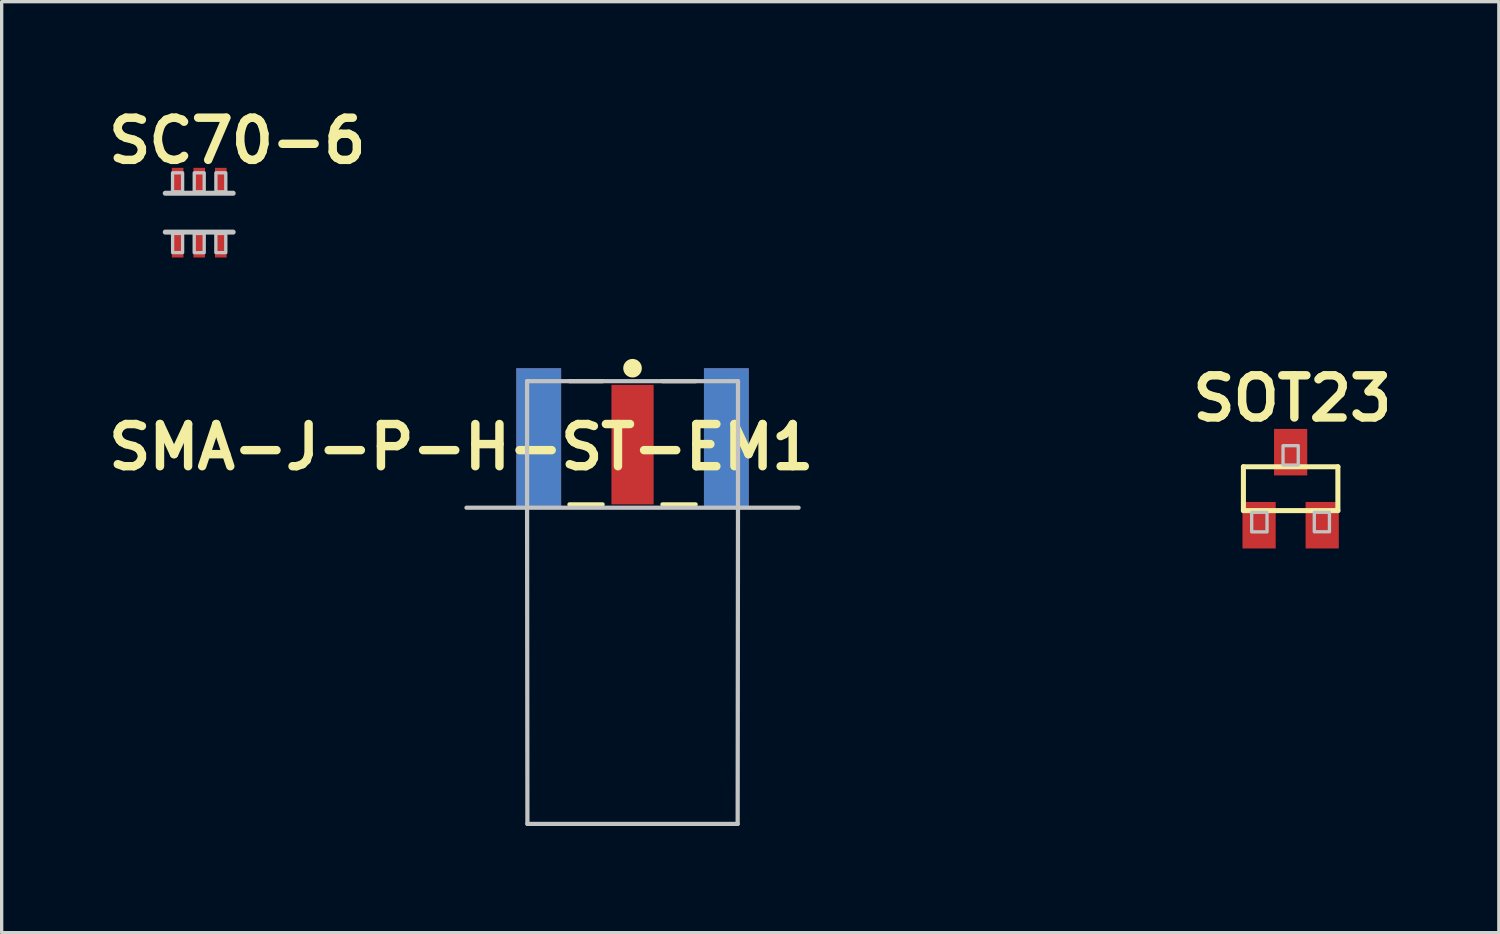
<source format=kicad_pcb>
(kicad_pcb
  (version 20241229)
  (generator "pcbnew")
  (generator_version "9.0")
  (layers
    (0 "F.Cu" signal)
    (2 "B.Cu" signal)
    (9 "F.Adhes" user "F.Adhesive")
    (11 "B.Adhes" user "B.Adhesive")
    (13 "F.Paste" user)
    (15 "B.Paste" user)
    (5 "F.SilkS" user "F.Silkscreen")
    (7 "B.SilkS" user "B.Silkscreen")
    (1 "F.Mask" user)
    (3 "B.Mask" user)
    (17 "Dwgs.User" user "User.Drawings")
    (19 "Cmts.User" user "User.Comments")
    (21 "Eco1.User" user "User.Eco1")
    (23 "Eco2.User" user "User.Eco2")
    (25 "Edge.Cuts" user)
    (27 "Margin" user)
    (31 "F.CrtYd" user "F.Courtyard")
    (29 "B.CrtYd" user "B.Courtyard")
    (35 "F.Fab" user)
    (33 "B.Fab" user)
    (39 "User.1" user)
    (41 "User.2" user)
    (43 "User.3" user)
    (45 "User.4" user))
  (footprint "SMA-J-P-H-ST-EM1"
    (layer "F.Cu")
    (at 15.994 10.336)
    (property "Reference" "SMA-J-P-H-ST-EM1" (at -5.156 0.076 0) (layer "F.SilkS") (effects (font (size 1.27 1.27) (thickness 0.254))))
    (attr smd)
    (fp_line (start -1.9 -1.91) (end -0.9 -1.91) (stroke (width 0.127) (type solid)) (layer "F.SilkS"))
    (fp_line (start -1.9 1.8) (end -0.9 1.8) (stroke (width 0.127) (type solid)) (layer "F.SilkS"))
    (fp_line (start 0.9 -1.91) (end 1.9 -1.91) (stroke (width 0.127) (type solid)) (layer "F.SilkS"))
    (fp_line (start 0.9 1.8) (end 1.9 1.8) (stroke (width 0.127) (type solid)) (layer "F.SilkS"))
    (fp_circle (center 0 -2.3) (end 0.14 -2.3) (stroke (width 0.28) (type solid)) (fill no) (layer "F.SilkS"))
    (fp_line (start -5 1.9) (end -3.175 1.9) (stroke (width 0.127) (type solid)) (layer "Dwgs.User"))
    (fp_line (start -3.175 -1.91) (end 3.175 -1.91) (stroke (width 0.127) (type solid)) (layer "Dwgs.User"))
    (fp_line (start -3.175 1.9) (end -3.175 -1.91) (stroke (width 0.127) (type solid)) (layer "Dwgs.User"))
    (fp_line (start -3.175 1.9) (end 3.175 1.9) (stroke (width 0.127) (type solid)) (layer "Dwgs.User"))
    (fp_line (start -3.165 11.42) (end -3.175 1.9) (stroke (width 0.127) (type solid)) (layer "Dwgs.User"))
    (fp_line (start 3.165 11.42) (end -3.165 11.42) (stroke (width 0.127) (type solid)) (layer "Dwgs.User"))
    (fp_line (start 3.175 -1.91) (end 3.175 1.9) (stroke (width 0.127) (type solid)) (layer "Dwgs.User"))
    (fp_line (start 3.175 1.9) (end 3.165 11.42) (stroke (width 0.127) (type solid)) (layer "Dwgs.User"))
    (fp_line (start 3.175 1.9) (end 5 1.9) (stroke (width 0.127) (type solid)) (layer "Dwgs.User"))
    (fp_line (start -3.75 -2.55) (end 3.75 -2.55) (stroke (width 0.05) (type solid)) (layer "Eco1.User"))
    (fp_line (start -3.75 2.15) (end -3.75 -2.55) (stroke (width 0.05) (type solid)) (layer "Eco1.User"))
    (fp_line (start -3.425 2.15) (end -3.75 2.15) (stroke (width 0.05) (type solid)) (layer "Eco1.User"))
    (fp_line (start -3.425 11.67) (end -3.425 2.15) (stroke (width 0.05) (type solid)) (layer "Eco1.User"))
    (fp_line (start 3.425 2.15) (end 3.425 11.67) (stroke (width 0.05) (type solid)) (layer "Eco1.User"))
    (fp_line (start 3.425 11.67) (end -3.425 11.67) (stroke (width 0.05) (type solid)) (layer "Eco1.User"))
    (fp_line (start 3.75 -2.55) (end 3.75 2.15) (stroke (width 0.05) (type solid)) (layer "Eco1.User"))
    (fp_line (start 3.75 2.15) (end 3.425 2.15) (stroke (width 0.05) (type solid)) (layer "Eco1.User"))
    (fp_text user "PCB~{EDGE}" (at 4.31 1.704 0) (layer "Edge.Cuts") (effects (font (size 1 1) (thickness 0.05))))
    (fp_text user "BOARD~{THICKNESS:}1.57~{MM}" (at 4.102 -1.401 0) (layer "Edge.Cuts") (effects (font (size 1 1) (thickness 0.05))))
    (pad "1" smd rect (at 0 0) (size 1.27 3.6) (layers "F.Cu" "F.Mask" "F.Paste"))
    (pad "2_1" smd rect (at -2.825 -0.2) (size 1.35 4.2) (layers "F.Cu" "F.Mask" "F.Paste"))
    (pad "2_2" smd rect (at -2.825 -0.2) (size 1.35 4.2) (layers "F.Mask" "B.Cu" "F.Paste"))
    (pad "3_1" smd rect (at 2.825 -0.2) (size 1.35 4.2) (layers "F.Cu" "F.Mask" "F.Paste"))
    (pad "3_2" smd rect (at 2.825 -0.2) (size 1.35 4.2) (layers "F.Mask" "B.Cu" "F.Paste")))
  (footprint "SC70-6"
    (layer "F.Cu")
    (at 2.948 3.353)
    (property "Reference" "SC70-6" (at 1.146 -2.164 0) (layer "F.SilkS") (effects (font (size 1.27 1.27) (thickness 0.254))))
    (attr smd)
    (fp_poly (pts (xy -0.876 0.5) (xy -0.425 0.5) (xy -0.425 1.402) (xy -0.876 1.402)) (stroke (width 0) (type solid)) (fill yes) (layer "F.Mask"))
    (fp_poly (pts (xy -0.425 -0.502) (xy -0.878 -0.502) (xy -0.878 -1.4) (xy -0.425 -1.4)) (stroke (width 0) (type solid)) (fill yes) (layer "F.Mask"))
    (fp_poly (pts (xy -0.225 0.5) (xy 0.225 0.5) (xy 0.225 1.401) (xy -0.225 1.401)) (stroke (width 0) (type solid)) (fill yes) (layer "F.Mask"))
    (fp_poly (pts (xy 0.225 -0.5) (xy -0.225 -0.5) (xy -0.225 -1.4) (xy 0.225 -1.4)) (stroke (width 0) (type solid)) (fill yes) (layer "F.Mask"))
    (fp_poly (pts (xy 0.426 0.5) (xy 0.875 0.5) (xy 0.875 1.403) (xy 0.426 1.403)) (stroke (width 0) (type solid)) (fill yes) (layer "F.Mask"))
    (fp_poly (pts (xy 0.875 -0.502) (xy 0.427 -0.502) (xy 0.427 -1.4) (xy 0.875 -1.4)) (stroke (width 0) (type solid)) (fill yes) (layer "F.Mask"))
    (fp_poly (pts (xy -0.802 0.575) (xy -0.5 0.575) (xy -0.5 1.328) (xy -0.802 1.328)) (stroke (width 0) (type solid)) (fill yes) (layer "F.Paste"))
    (fp_poly (pts (xy -0.5 -0.578) (xy -0.804 -0.578) (xy -0.804 -1.325) (xy -0.5 -1.325)) (stroke (width 0) (type solid)) (fill yes) (layer "F.Paste"))
    (fp_poly (pts (xy -0.15 0.575) (xy 0.15 0.575) (xy 0.15 1.329) (xy -0.15 1.329)) (stroke (width 0) (type solid)) (fill yes) (layer "F.Paste"))
    (fp_poly (pts (xy 0.15 -0.576) (xy -0.15 -0.576) (xy -0.15 -1.325) (xy 0.15 -1.325)) (stroke (width 0) (type solid)) (fill yes) (layer "F.Paste"))
    (fp_poly (pts (xy 0.502 0.575) (xy 0.8 0.575) (xy 0.8 1.329) (xy 0.502 1.329)) (stroke (width 0) (type solid)) (fill yes) (layer "F.Paste"))
    (fp_poly (pts (xy 0.8 -0.577) (xy 0.502 -0.577) (xy 0.502 -1.325) (xy 0.8 -1.325)) (stroke (width 0) (type solid)) (fill yes) (layer "F.Paste"))
    (fp_line (start -1.022 -0.585) (end 1.022 -0.585) (stroke (width 0.152) (type solid)) (layer "Dwgs.User"))
    (fp_line (start 1.022 0.585) (end -1.022 0.585) (stroke (width 0.152) (type solid)) (layer "Dwgs.User"))
    (fp_poly (pts (xy -0.801 0.625) (xy -0.5 0.625) (xy -0.5 1.202) (xy -0.801 1.202)) (stroke (width 0.1) (type solid)) (fill no) (layer "Dwgs.User"))
    (fp_poly (pts (xy -0.5 -0.627) (xy -0.803 -0.627) (xy -0.803 -1.2) (xy -0.5 -1.2)) (stroke (width 0.1) (type solid)) (fill no) (layer "Dwgs.User"))
    (fp_poly (pts (xy -0.151 0.625) (xy 0.15 0.625) (xy 0.15 1.204) (xy -0.151 1.204)) (stroke (width 0.1) (type solid)) (fill no) (layer "Dwgs.User"))
    (fp_poly (pts (xy 0.15 -0.627) (xy -0.15 -0.627) (xy -0.15 -1.2) (xy 0.15 -1.2)) (stroke (width 0.1) (type solid)) (fill no) (layer "Dwgs.User"))
    (fp_poly (pts (xy 0.501 0.625) (xy 0.8 0.625) (xy 0.8 1.203) (xy 0.501 1.203)) (stroke (width 0.1) (type solid)) (fill no) (layer "Dwgs.User"))
    (fp_poly (pts (xy 0.8 -0.627) (xy 0.502 -0.627) (xy 0.502 -1.2) (xy 0.8 -1.2)) (stroke (width 0.1) (type solid)) (fill no) (layer "Dwgs.User"))
    (pad "1" smd rect (at -0.65 0.95) (size 0.35 0.8) (layers "F.Cu" "F.Mask" "F.Paste"))
    (pad "2" smd rect (at 0 0.95) (size 0.35 0.8) (layers "F.Cu" "F.Mask" "F.Paste"))
    (pad "3" smd rect (at 0.65 0.95) (size 0.35 0.8) (layers "F.Cu" "F.Mask" "F.Paste"))
    (pad "4" smd rect (at 0.65 -0.95) (size 0.35 0.8) (layers "F.Cu" "F.Mask" "F.Paste"))
    (pad "5" smd rect (at 0 -0.95) (size 0.35 0.8) (layers "F.Cu" "F.Mask" "F.Paste"))
    (pad "6" smd rect (at -0.65 -0.95) (size 0.35 0.8) (layers "F.Cu" "F.Mask" "F.Paste")))
  (footprint "SOT23"
    (layer "F.Cu")
    (at 35.808 11.663)
    (property "Reference" "SOT23" (at 0.051 -2.718 0) (layer "F.SilkS") (effects (font (size 1.27 1.27) (thickness 0.254))))
    (attr smd)
    (fp_line (start -1.422 -0.66) (end 1.422 -0.66) (stroke (width 0.152) (type solid)) (layer "F.SilkS"))
    (fp_line (start -1.422 0.66) (end -1.422 -0.66) (stroke (width 0.152) (type solid)) (layer "F.SilkS"))
    (fp_line (start 1.422 -0.66) (end 1.422 0.66) (stroke (width 0.152) (type solid)) (layer "F.SilkS"))
    (fp_line (start 1.422 0.66) (end -1.422 0.66) (stroke (width 0.152) (type solid)) (layer "F.SilkS"))
    (fp_poly (pts (xy -1.173 0.711) (xy -0.711 0.711) (xy -0.711 1.3) (xy -1.173 1.3)) (stroke (width 0.1) (type solid)) (fill no) (layer "Dwgs.User"))
    (fp_poly (pts (xy -0.229 -1.295) (xy 0.229 -1.295) (xy 0.229 -0.712) (xy -0.229 -0.712)) (stroke (width 0.1) (type solid)) (fill no) (layer "Dwgs.User"))
    (fp_poly (pts (xy 0.712 0.711) (xy 1.168 0.711) (xy 1.168 1.297) (xy 0.712 1.297)) (stroke (width 0.1) (type solid)) (fill no) (layer "Dwgs.User"))
    (pad "1" smd rect (at -0.95 1.1) (size 1 1.4) (layers "F.Cu" "F.Mask" "F.Paste"))
    (pad "2" smd rect (at 0.95 1.1) (size 1 1.4) (layers "F.Cu" "F.Mask" "F.Paste"))
    (pad "3" smd rect (at 0 -1.1) (size 1 1.4) (layers "F.Cu" "F.Mask" "F.Paste")))
  (gr_rect
    (start -3 -3)
    (end 42.076 25.031)
    (stroke (width 0.1) (type default))
    (fill no)
    (layer "Edge.Cuts")))
</source>
